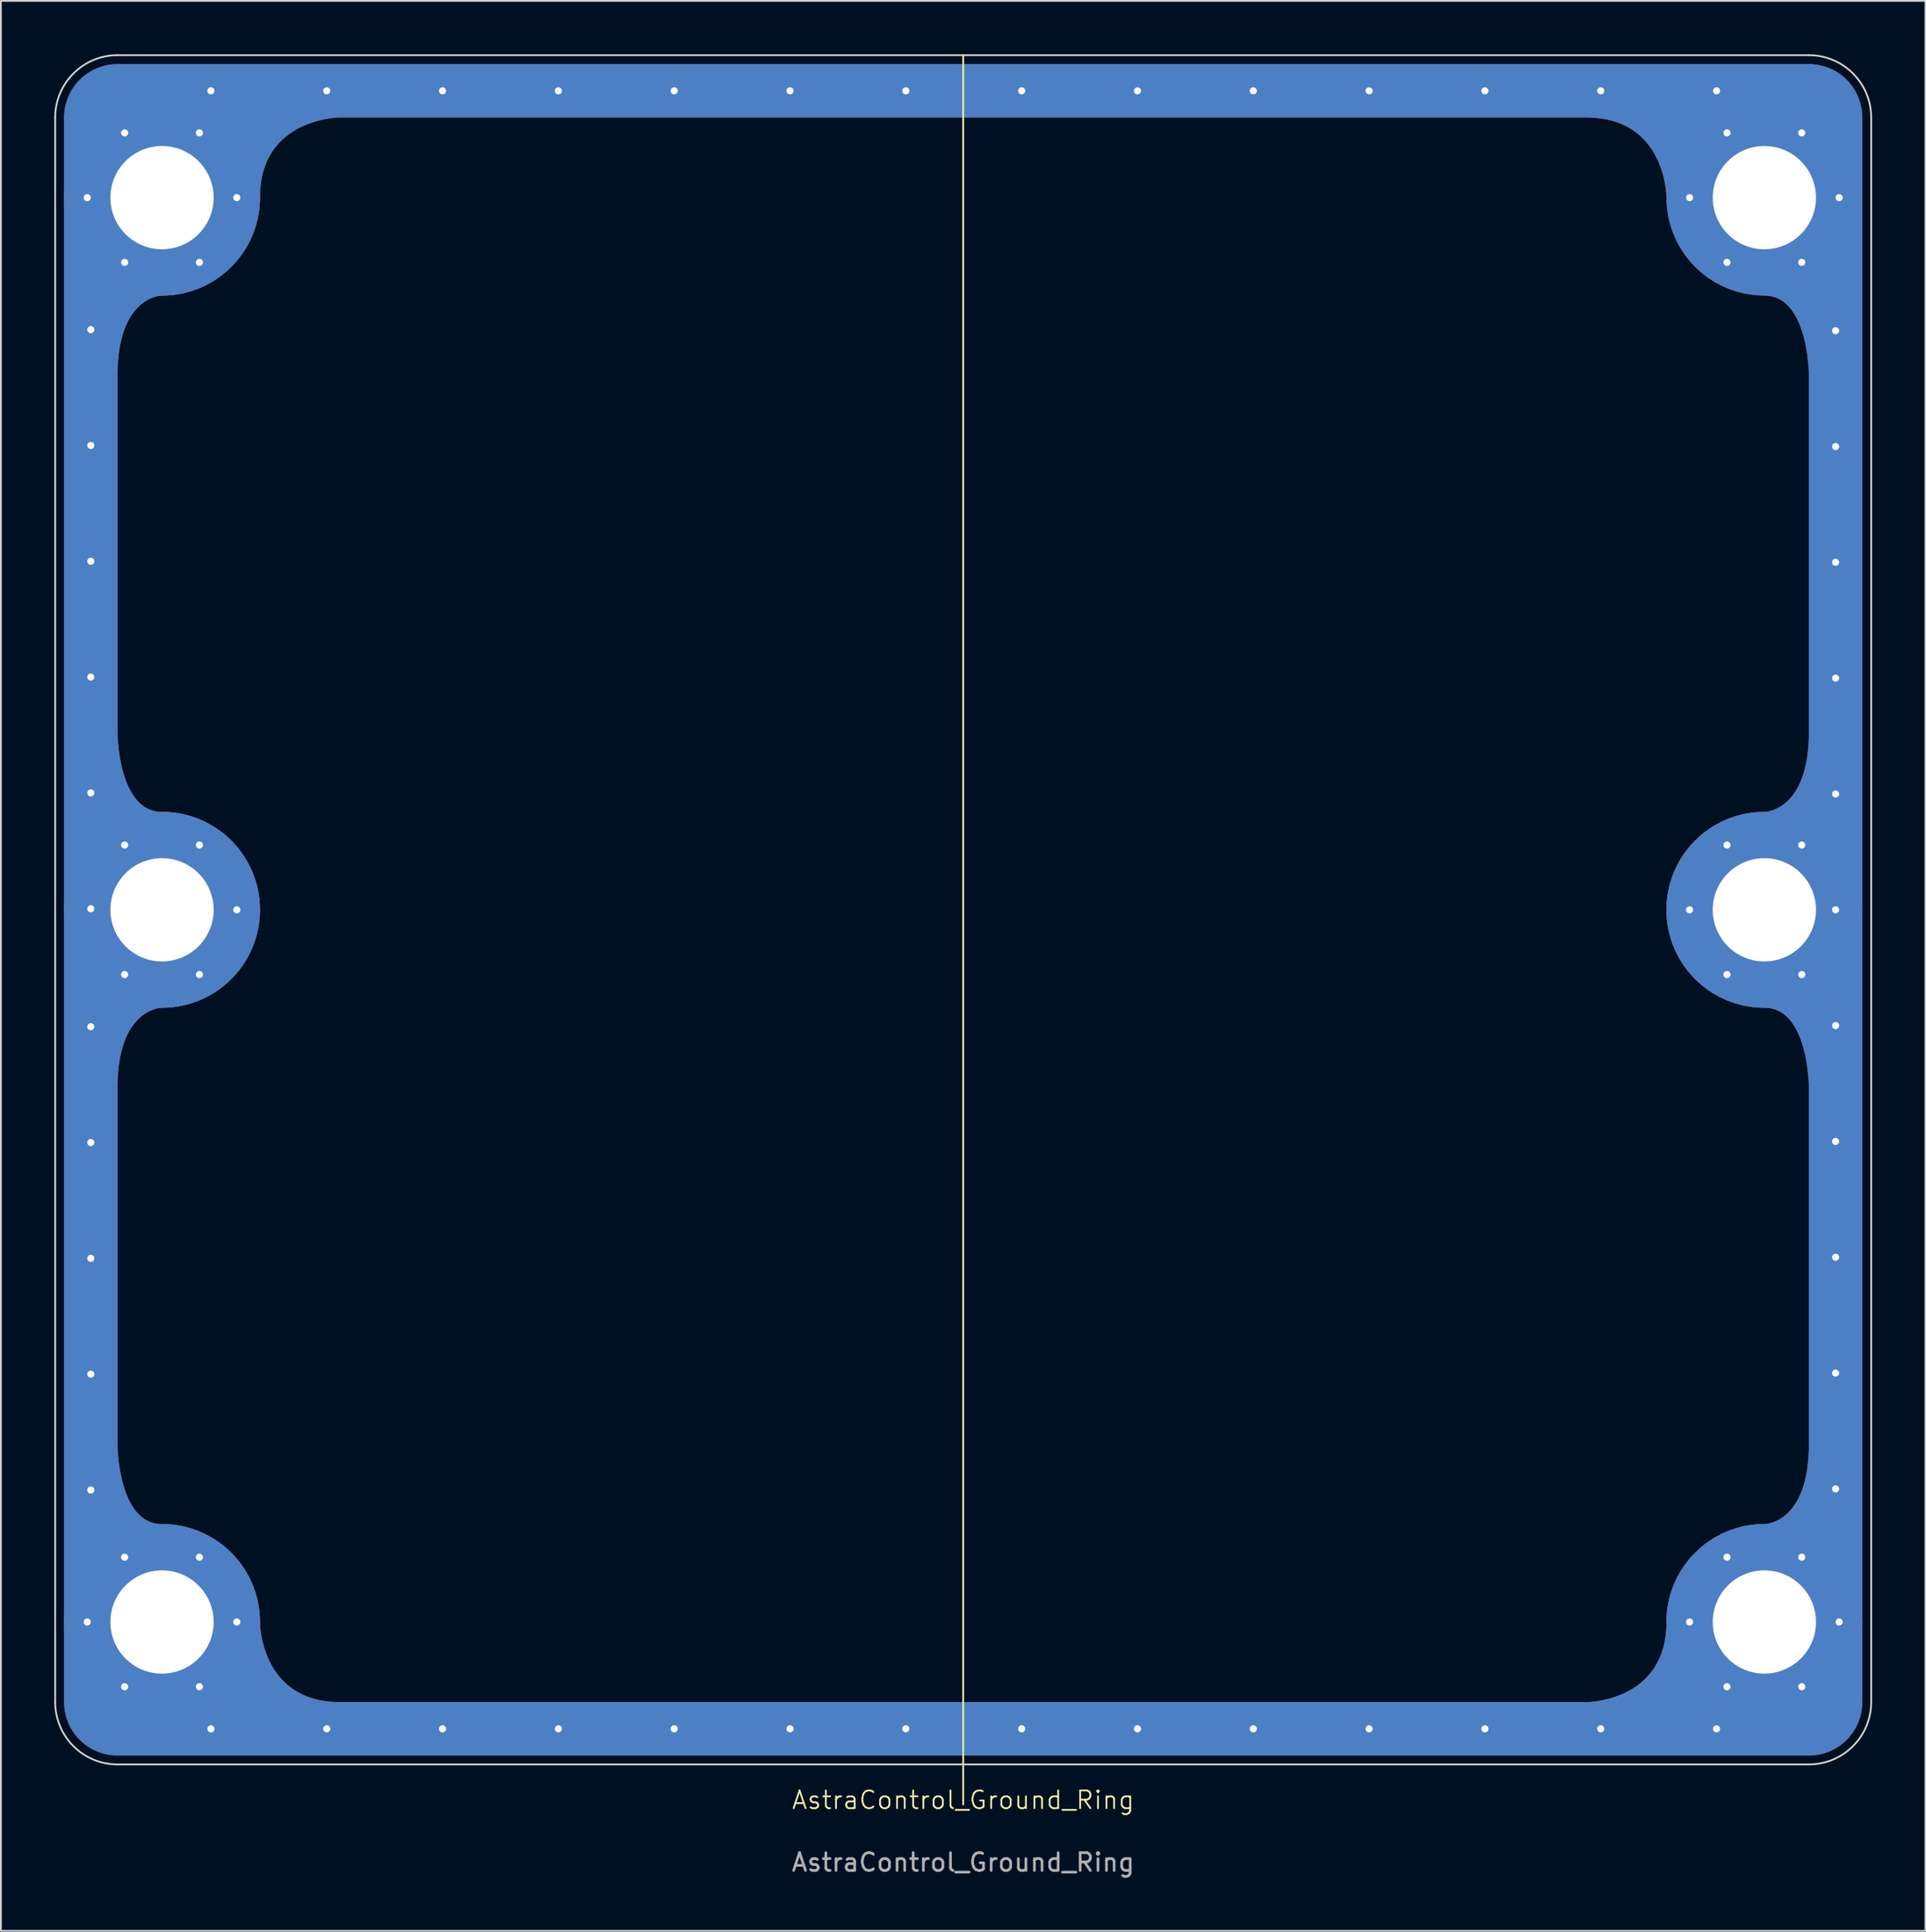
<source format=kicad_pcb>
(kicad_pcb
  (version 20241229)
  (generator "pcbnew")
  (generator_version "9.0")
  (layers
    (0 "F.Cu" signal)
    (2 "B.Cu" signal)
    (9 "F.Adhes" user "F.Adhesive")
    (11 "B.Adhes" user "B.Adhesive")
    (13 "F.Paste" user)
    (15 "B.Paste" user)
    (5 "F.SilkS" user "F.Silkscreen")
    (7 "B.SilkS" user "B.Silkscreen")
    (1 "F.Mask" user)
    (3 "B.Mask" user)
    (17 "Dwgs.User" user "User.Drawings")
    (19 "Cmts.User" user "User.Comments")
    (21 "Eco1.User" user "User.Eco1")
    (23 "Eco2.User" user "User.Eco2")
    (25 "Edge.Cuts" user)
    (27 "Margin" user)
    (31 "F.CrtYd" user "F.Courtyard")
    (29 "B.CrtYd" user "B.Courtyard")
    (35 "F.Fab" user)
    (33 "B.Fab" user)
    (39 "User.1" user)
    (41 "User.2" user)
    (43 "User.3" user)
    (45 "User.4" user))
  (footprint "AstraControl_Ground_Ring"
    (layer "F.Cu")
    (at 51.05 48.05)
    (property "Reference" "AstraControl_Ground_Ring" (at 0 50 0) (unlocked yes) (layer "F.SilkS") (effects (font (size 1 1) (thickness 0.1))))
    (attr through_hole)
    (fp_line (start 0 50.25) (end 0 -48) (stroke (width 0.1) (type default)) (layer "F.SilkS"))
    (fp_line (start -51 -44.5) (end -51 44.5) (stroke (width 0.1) (type default)) (layer "Edge.Cuts"))
    (fp_line (start -47.5 48) (end 47.5 48) (stroke (width 0.1) (type default)) (layer "Edge.Cuts"))
    (fp_line (start 47.5 -48) (end -47.5 -48) (stroke (width 0.1) (type default)) (layer "Edge.Cuts"))
    (fp_line (start 51 44.5) (end 51 -44.5) (stroke (width 0.1) (type default)) (layer "Edge.Cuts"))
    (fp_arc (start -51 -44.500001) (mid -49.974873 -46.974874) (end -47.5 -48) (stroke (width 0.1) (type default)) (layer "Edge.Cuts"))
    (fp_arc (start -47.499999 48) (mid -49.974878 46.974869) (end -51 44.499999) (stroke (width 0.1) (type default)) (layer "Edge.Cuts"))
    (fp_arc (start 47.5 -48) (mid 49.974874 -46.974874) (end 51 -44.5) (stroke (width 0.1) (type default)) (layer "Edge.Cuts"))
    (fp_arc (start 51 44.5) (mid 49.974874 46.974874) (end 47.5 48) (stroke (width 0.1) (type default)) (layer "Edge.Cuts"))
    (fp_line (start -50.5 -44.5) (end -50.5 44.5) (stroke (width 0.1) (type default)) (layer "User.1"))
    (fp_line (start -47.5 47.5) (end 47.5 47.5) (stroke (width 0.1) (type default)) (layer "User.1"))
    (fp_line (start 47.5 -47.5) (end -47.5 -47.5) (stroke (width 0.1) (type default)) (layer "User.1"))
    (fp_line (start 50.5 44.5) (end 50.5 -44.5) (stroke (width 0.1) (type default)) (layer "User.1"))
    (fp_arc (start -50.5 -44.499739) (mid -49.621341 -46.621147) (end -47.499739 -47.5) (stroke (width 0.1) (type default)) (layer "User.1"))
    (fp_arc (start -47.500001 47.5) (mid -49.621317 46.621324) (end -50.5 44.500002) (stroke (width 0.1) (type default)) (layer "User.1"))
    (fp_arc (start 47.5 -47.5) (mid 49.62132 -46.62132) (end 50.5 -44.5) (stroke (width 0.1) (type default)) (layer "User.1"))
    (fp_arc (start 50.5 44.5) (mid 49.62132 46.62132) (end 47.5 47.5) (stroke (width 0.1) (type default)) (layer "User.1"))
    (fp_text user "${REFERENCE}" (at 0 53.5 0) (unlocked yes) (layer "F.Fab") (effects (font (size 1 1) (thickness 0.15))))
    (pad "1" thru_hole circle (at -49.2 -40) (size 0.8 0.8) (drill 0.4) (layers "*.Cu" "*.Mask"))
    (pad "1" thru_hole circle (at -49.2 40) (size 0.8 0.8) (drill 0.4) (layers "*.Cu" "*.Mask"))
    (pad "1" thru_hole circle (at -49 -32.587) (size 0.8 0.8) (drill 0.4) (layers "*.Cu" "*.Mask"))
    (pad "1" thru_hole circle (at -49 -26.082) (size 0.8 0.8) (drill 0.4) (layers "*.Cu" "*.Mask"))
    (pad "1" thru_hole circle (at -49 -19.577) (size 0.8 0.8) (drill 0.4) (layers "*.Cu" "*.Mask"))
    (pad "1" thru_hole circle (at -49 -13.072) (size 0.8 0.8) (drill 0.4) (layers "*.Cu" "*.Mask"))
    (pad "1" thru_hole circle (at -49 -6.567) (size 0.8 0.8) (drill 0.4) (layers "*.Cu" "*.Mask"))
    (pad "1" thru_hole circle (at -49 -0.061) (size 0.8 0.8) (drill 0.4) (layers "*.Cu" "*.Mask"))
    (pad "1" thru_hole circle (at -49 6.567) (size 0.8 0.8) (drill 0.4) (layers "*.Cu" "*.Mask"))
    (pad "1" thru_hole circle (at -49 13.072) (size 0.8 0.8) (drill 0.4) (layers "*.Cu" "*.Mask"))
    (pad "1" thru_hole circle (at -49 19.577) (size 0.8 0.8) (drill 0.4) (layers "*.Cu" "*.Mask"))
    (pad "1" thru_hole circle (at -49 26.082) (size 0.8 0.8) (drill 0.4) (layers "*.Cu" "*.Mask"))
    (pad "1" thru_hole circle (at -49 32.587) (size 0.8 0.8) (drill 0.4) (layers "*.Cu" "*.Mask"))
    (pad "1" thru_hole circle (at -47.1 -43.637) (size 0.8 0.8) (drill 0.4) (layers "*.Cu" "*.Mask"))
    (pad "1" thru_hole circle (at -47.1 -36.363) (size 0.8 0.8) (drill 0.4) (layers "*.Cu" "*.Mask"))
    (pad "1" thru_hole circle (at -47.1 -3.637) (size 0.8 0.8) (drill 0.4) (layers "*.Cu" "*.Mask"))
    (pad "1" thru_hole circle (at -47.1 3.637) (size 0.8 0.8) (drill 0.4) (layers "*.Cu" "*.Mask"))
    (pad "1" thru_hole circle (at -47.1 36.363) (size 0.8 0.8) (drill 0.4) (layers "*.Cu" "*.Mask"))
    (pad "1" thru_hole circle (at -47.1 43.637) (size 0.8 0.8) (drill 0.4) (layers "*.Cu" "*.Mask"))
    (pad "1" thru_hole circle (at -45 -40) (size 11 11) (drill 5.8) (layers "*.Cu" "*.Mask"))
    (pad "1" thru_hole circle (at -45 0) (size 11 11) (drill 5.8) (layers "*.Cu" "*.Mask"))
    (pad "1" thru_hole circle (at -45 40) (size 11 11) (drill 5.8) (layers "*.Cu" "*.Mask"))
    (pad "1" thru_hole circle (at -42.9 -43.637) (size 0.8 0.8) (drill 0.4) (layers "*.Cu" "*.Mask"))
    (pad "1" thru_hole circle (at -42.9 -36.363) (size 0.8 0.8) (drill 0.4) (layers "*.Cu" "*.Mask"))
    (pad "1" thru_hole circle (at -42.9 -3.637) (size 0.8 0.8) (drill 0.4) (layers "*.Cu" "*.Mask"))
    (pad "1" thru_hole circle (at -42.9 3.637) (size 0.8 0.8) (drill 0.4) (layers "*.Cu" "*.Mask"))
    (pad "1" thru_hole circle (at -42.9 36.363) (size 0.8 0.8) (drill 0.4) (layers "*.Cu" "*.Mask"))
    (pad "1" thru_hole circle (at -42.9 43.637) (size 0.8 0.8) (drill 0.4) (layers "*.Cu" "*.Mask"))
    (pad "1" thru_hole circle (at -42.253 -46) (size 0.8 0.8) (drill 0.4) (layers "*.Cu" "*.Mask"))
    (pad "1" thru_hole circle (at -42.253 46) (size 0.8 0.8) (drill 0.4) (layers "*.Cu" "*.Mask"))
    (pad "1" thru_hole circle (at -40.8 -40) (size 0.8 0.8) (drill 0.4) (layers "*.Cu" "*.Mask"))
    (pad "1" thru_hole circle (at -40.8 0) (size 0.8 0.8) (drill 0.4) (layers "*.Cu" "*.Mask"))
    (pad "1" thru_hole circle (at -40.8 40) (size 0.8 0.8) (drill 0.4) (layers "*.Cu" "*.Mask"))
    (pad "1" thru_hole circle (at -35.748 -46) (size 0.8 0.8) (drill 0.4) (layers "*.Cu" "*.Mask"))
    (pad "1" thru_hole circle (at -35.748 46) (size 0.8 0.8) (drill 0.4) (layers "*.Cu" "*.Mask"))
    (pad "1" thru_hole circle (at -29.243 -46) (size 0.8 0.8) (drill 0.4) (layers "*.Cu" "*.Mask"))
    (pad "1" thru_hole circle (at -29.243 46) (size 0.8 0.8) (drill 0.4) (layers "*.Cu" "*.Mask"))
    (pad "1" thru_hole circle (at -22.737 -46) (size 0.8 0.8) (drill 0.4) (layers "*.Cu" "*.Mask"))
    (pad "1" thru_hole circle (at -22.737 46) (size 0.8 0.8) (drill 0.4) (layers "*.Cu" "*.Mask"))
    (pad "1" thru_hole circle (at -16.232 -46) (size 0.8 0.8) (drill 0.4) (layers "*.Cu" "*.Mask"))
    (pad "1" thru_hole circle (at -16.232 46) (size 0.8 0.8) (drill 0.4) (layers "*.Cu" "*.Mask"))
    (pad "1" thru_hole circle (at -9.727 -46) (size 0.8 0.8) (drill 0.4) (layers "*.Cu" "*.Mask"))
    (pad "1" thru_hole circle (at -9.727 46) (size 0.8 0.8) (drill 0.4) (layers "*.Cu" "*.Mask"))
    (pad "1" thru_hole circle (at -3.222 -46) (size 0.8 0.8) (drill 0.4) (layers "*.Cu" "*.Mask"))
    (pad "1" thru_hole circle (at -3.222 46) (size 0.8 0.8) (drill 0.4) (layers "*.Cu" "*.Mask"))
    (pad "1" thru_hole circle (at 3.283 -46) (size 0.8 0.8) (drill 0.4) (layers "*.Cu" "*.Mask"))
    (pad "1" thru_hole circle (at 3.283 46) (size 0.8 0.8) (drill 0.4) (layers "*.Cu" "*.Mask"))
    (pad "1" thru_hole circle (at 9.789 -46) (size 0.8 0.8) (drill 0.4) (layers "*.Cu" "*.Mask"))
    (pad "1" thru_hole circle (at 9.789 46) (size 0.8 0.8) (drill 0.4) (layers "*.Cu" "*.Mask"))
    (pad "1" thru_hole circle (at 16.294 -46) (size 0.8 0.8) (drill 0.4) (layers "*.Cu" "*.Mask"))
    (pad "1" thru_hole circle (at 16.294 46) (size 0.8 0.8) (drill 0.4) (layers "*.Cu" "*.Mask"))
    (pad "1" thru_hole circle (at 22.799 -46) (size 0.8 0.8) (drill 0.4) (layers "*.Cu" "*.Mask"))
    (pad "1" thru_hole circle (at 22.799 46) (size 0.8 0.8) (drill 0.4) (layers "*.Cu" "*.Mask"))
    (pad "1" thru_hole circle (at 29.304 -46) (size 0.8 0.8) (drill 0.4) (layers "*.Cu" "*.Mask"))
    (pad "1" thru_hole circle (at 29.304 46) (size 0.8 0.8) (drill 0.4) (layers "*.Cu" "*.Mask"))
    (pad "1" thru_hole circle (at 35.809 -46) (size 0.8 0.8) (drill 0.4) (layers "*.Cu" "*.Mask"))
    (pad "1" thru_hole circle (at 35.809 46) (size 0.8 0.8) (drill 0.4) (layers "*.Cu" "*.Mask"))
    (pad "1" thru_hole circle (at 40.8 -40) (size 0.8 0.8) (drill 0.4) (layers "*.Cu" "*.Mask"))
    (pad "1" thru_hole circle (at 40.8 0) (size 0.8 0.8) (drill 0.4) (layers "*.Cu" "*.Mask"))
    (pad "1" thru_hole circle (at 40.8 40) (size 0.8 0.8) (drill 0.4) (layers "*.Cu" "*.Mask"))
    (pad "1" thru_hole circle (at 42.315 -46) (size 0.8 0.8) (drill 0.4) (layers "*.Cu" "*.Mask"))
    (pad "1" thru_hole circle (at 42.315 46) (size 0.8 0.8) (drill 0.4) (layers "*.Cu" "*.Mask"))
    (pad "1" thru_hole circle (at 42.9 -43.637) (size 0.8 0.8) (drill 0.4) (layers "*.Cu" "*.Mask"))
    (pad "1" thru_hole circle (at 42.9 -36.363) (size 0.8 0.8) (drill 0.4) (layers "*.Cu" "*.Mask"))
    (pad "1" thru_hole circle (at 42.9 -3.637) (size 0.8 0.8) (drill 0.4) (layers "*.Cu" "*.Mask"))
    (pad "1" thru_hole circle (at 42.9 3.637) (size 0.8 0.8) (drill 0.4) (layers "*.Cu" "*.Mask"))
    (pad "1" thru_hole circle (at 42.9 36.363) (size 0.8 0.8) (drill 0.4) (layers "*.Cu" "*.Mask"))
    (pad "1" thru_hole circle (at 42.9 43.637) (size 0.8 0.8) (drill 0.4) (layers "*.Cu" "*.Mask"))
    (pad "1" thru_hole custom (at 45 -40) (size 11 11) (drill 5.8) (layers "*.Cu" "*.Mask") (options (anchor circle)) (primitives (gr_poly (pts (xy 2.5 -7.5) (xy 2.668 -7.498) (xy 3.003 -7.46) (xy 3.331 -7.385) (xy 3.649 -7.274) (xy 3.952 -7.128) (xy 4.237 -6.949) (xy 4.501 -6.739) (xy 4.739 -6.501) (xy 4.949 -6.237) (xy 5.128 -5.952) (xy 5.274 -5.649) (xy 5.385 -5.331) (xy 5.46 -5.003) (xy 5.498 -4.668) (xy 5.5 -4.5) (xy 5.5 84.5) (xy 5.498 84.668) (xy 5.46 85.003) (xy 5.385 85.331) (xy 5.274 85.649) (xy 5.128 85.952) (xy 4.949 86.237) (xy 4.739 86.501) (xy 4.501 86.739) (xy 4.237 86.949) (xy 3.952 87.128) (xy 3.649 87.274) (xy 3.331 87.385) (xy 3.003 87.46) (xy 2.668 87.498) (xy 2.5 87.5) (xy -45 87.5) (xy -92.5 87.5) (xy -92.668 87.498) (xy -93.003 87.46) (xy -93.331 87.385) (xy -93.649 87.274) (xy -93.952 87.128) (xy -94.237 86.949) (xy -94.501 86.739) (xy -94.739 86.501) (xy -94.949 86.237) (xy -95.128 85.952) (xy -95.274 85.649) (xy -95.385 85.331) (xy -95.46 85.003) (xy -95.498 84.668) (xy -95.5 84.5) (xy -95.5 10) (xy -92.5 10) (xy -92.5 30) (xy -92.495 30.193) (xy -92.49 30.295) (xy -92.484 30.415) (xy -92.474 30.552) (xy -92.461 30.703) (xy -92.444 30.868) (xy -92.424 31.044) (xy -92.398 31.23) (xy -92.368 31.424) (xy -92.332 31.625) (xy -92.291 31.83) (xy -92.243 32.039) (xy -92.188 32.25) (xy -92.125 32.461) (xy -92.055 32.67) (xy -91.977 32.875) (xy -91.89 33.076) (xy -91.793 33.27) (xy -91.688 33.456) (xy -91.572 33.632) (xy -91.445 33.797) (xy -91.308 33.948) (xy -91.159 34.085) (xy -90.998 34.205) (xy -90.825 34.307) (xy -90.639 34.389) (xy -90.44 34.449) (xy -90.227 34.487) (xy -90 34.5) (xy -89.766 34.502) (xy -89.301 34.542) (xy -88.841 34.621) (xy -88.389 34.739) (xy -87.948 34.894) (xy -87.523 35.087) (xy -87.115 35.314) (xy -86.728 35.576) (xy -86.365 35.869) (xy -86.027 36.193) (xy -85.719 36.543) (xy -85.441 36.919) (xy -85.196 37.316) (xy -84.986 37.734) (xy -84.812 38.167) (xy -84.675 38.613) (xy -84.577 39.07) (xy -84.517 39.533) (xy -84.497 40) (xy -84.517 40.467) (xy -84.577 40.93) (xy -84.675 41.387) (xy -84.812 41.833) (xy -84.986 42.266) (xy -85.196 42.684) (xy -85.441 43.081) (xy -85.719 43.457) (xy -86.027 43.807) (xy -86.365 44.131) (xy -86.728 44.424) (xy -87.115 44.686) (xy -87.523 44.913) (xy -87.948 45.106) (xy -88.389 45.261) (xy -88.841 45.379) (xy -89.301 45.458) (xy -89.766 45.498) (xy -90 45.5) (xy -90.164 45.517) (xy -90.307 45.547) (xy -90.482 45.6) (xy -90.58 45.637) (xy -90.683 45.683) (xy -90.791 45.737) (xy -90.903 45.802) (xy -91.017 45.877) (xy -91.133 45.963) (xy -91.25 46.062) (xy -91.367 46.175) (xy -91.483 46.301) (xy -91.597 46.442) (xy -91.709 46.599) (xy -91.817 46.772) (xy -91.92 46.962) (xy -92.018 47.171) (xy -92.109 47.398) (xy -92.193 47.646) (xy -92.269 47.914) (xy -92.336 48.203) (xy -92.393 48.515) (xy -92.438 48.849) (xy -92.472 49.208) (xy -92.493 49.591) (xy -92.5 50) (xy -92.5 70) (xy -92.495 70.193) (xy -92.49 70.295) (xy -92.484 70.415) (xy -92.474 70.552) (xy -92.461 70.703) (xy -92.444 70.868) (xy -92.424 71.044) (xy -92.398 71.23) (xy -92.368 71.424) (xy -92.332 71.625) (xy -92.291 71.83) (xy -92.243 72.039) (xy -92.188 72.25) (xy -92.125 72.461) (xy -92.055 72.67) (xy -91.977 72.875) (xy -91.89 73.076) (xy -91.793 73.27) (xy -91.688 73.456) (xy -91.572 73.632) (xy -91.445 73.797) (xy -91.308 73.948) (xy -91.159 74.085) (xy -90.998 74.205) (xy -90.825 74.307) (xy -90.639 74.389) (xy -90.44 74.449) (xy -90.227 74.487) (xy -90 74.5) (xy -89.773 74.502) (xy -89.319 74.54) (xy -88.871 74.615) (xy -88.43 74.726) (xy -88 74.874) (xy -87.583 75.057) (xy -87.183 75.273) (xy -86.803 75.522) (xy -86.444 75.801) (xy -86.109 76.109) (xy -85.801 76.444) (xy -85.522 76.803) (xy -85.273 77.183) (xy -85.057 77.583) (xy -84.874 78) (xy -84.726 78.43) (xy -84.615 78.871) (xy -84.54 79.319) (xy -84.502 79.773) (xy -84.5 80) (xy -84.491 80.193) (xy -84.483 80.295) (xy -84.47 80.415) (xy -84.453 80.552) (xy -84.43 80.703) (xy -84.4 80.868) (xy -84.363 81.044) (xy -84.317 81.23) (xy -84.263 81.424) (xy -84.198 81.625) (xy -84.123 81.83) (xy -84.037 82.039) (xy -83.938 82.25) (xy -83.825 82.461) (xy -83.699 82.67) (xy -83.558 82.875) (xy -83.401 83.076) (xy -83.228 83.27) (xy -83.038 83.456) (xy -82.829 83.632) (xy -82.602 83.797) (xy -82.354 83.948) (xy -82.086 84.085) (xy -81.797 84.205) (xy -81.485 84.307) (xy -81.151 84.389) (xy -80.792 84.449) (xy -80.409 84.487) (xy -80 84.5) (xy -45 84.5) (xy -10 84.5) (xy -9.807 84.491) (xy -9.705 84.483) (xy -9.585 84.47) (xy -9.448 84.453) (xy -9.297 84.43) (xy -9.132 84.4) (xy -8.956 84.363) (xy -8.77 84.317) (xy -8.576 84.263) (xy -8.375 84.198) (xy -8.17 84.123) (xy -7.961 84.037) (xy -7.75 83.938) (xy -7.539 83.825) (xy -7.33 83.699) (xy -7.125 83.558) (xy -6.924 83.401) (xy -6.73 83.228) (xy -6.544 83.038) (xy -6.368 82.829) (xy -6.203 82.602) (xy -6.052 82.354) (xy -5.915 82.086) (xy -5.795 81.797) (xy -5.693 81.485) (xy -5.611 81.151) (xy -5.551 80.792) (xy -5.513 80.409) (xy -5.5 80) (xy -5.498 79.773) (xy -5.46 79.319) (xy -5.385 78.871) (xy -5.274 78.43) (xy -5.126 78) (xy -4.943 77.583) (xy -4.727 77.183) (xy -4.478 76.803) (xy -4.199 76.444) (xy -3.891 76.109) (xy -3.556 75.801) (xy -3.197 75.522) (xy -2.817 75.273) (xy -2.417 75.057) (xy -2 74.874) (xy -1.57 74.726) (xy -1.129 74.615) (xy -0.681 74.54) (xy -0.227 74.502) (xy 0 74.5) (xy 0.164 74.483) (xy 0.307 74.453) (xy 0.482 74.4) (xy 0.58 74.363) (xy 0.683 74.317) (xy 0.791 74.263) (xy 0.903 74.198) (xy 1.017 74.123) (xy 1.133 74.037) (xy 1.25 73.938) (xy 1.367 73.825) (xy 1.483 73.699) (xy 1.597 73.558) (xy 1.709 73.401) (xy 1.817 73.228) (xy 1.92 73.038) (xy 2.018 72.829) (xy 2.109 72.602) (xy 2.193 72.354) (xy 2.269 72.086) (xy 2.336 71.797) (xy 2.393 71.485) (xy 2.438 71.151) (xy 2.472 70.792) (xy 2.493 70.409) (xy 2.5 70) (xy 2.5 50) (xy 2.495 49.807) (xy 2.49 49.705) (xy 2.484 49.585) (xy 2.474 49.448) (xy 2.461 49.297) (xy 2.444 49.132) (xy 2.424 48.956) (xy 2.398 48.77) (xy 2.368 48.576) (xy 2.332 48.375) (xy 2.291 48.17) (xy 2.243 47.961) (xy 2.188 47.75) (xy 2.125 47.539) (xy 2.055 47.33) (xy 1.977 47.125) (xy 1.89 46.924) (xy 1.793 46.73) (xy 1.688 46.544) (xy 1.572 46.368) (xy 1.445 46.203) (xy 1.308 46.052) (xy 1.159 45.915) (xy 0.998 45.795) (xy 0.825 45.693) (xy 0.639 45.611) (xy 0.44 45.551) (xy 0.227 45.513) (xy 0 45.5) (xy -0.234 45.498) (xy -0.699 45.458) (xy -1.159 45.379) (xy -1.611 45.261) (xy -2.052 45.106) (xy -2.477 44.913) (xy -2.885 44.686) (xy -3.272 44.424) (xy -3.635 44.131) (xy -3.973 43.807) (xy -4.281 43.457) (xy -4.559 43.081) (xy -4.804 42.684) (xy -5.014 42.266) (xy -5.188 41.833) (xy -5.325 41.387) (xy -5.423 40.93) (xy -5.483 40.467) (xy -5.503 40) (xy -5.483 39.533) (xy -5.423 39.07) (xy -5.325 38.613) (xy -5.188 38.167) (xy -5.014 37.734) (xy -4.804 37.316) (xy -4.559 36.919) (xy -4.281 36.543) (xy -3.973 36.193) (xy -3.635 35.869) (xy -3.272 35.576) (xy -2.885 35.314) (xy -2.477 35.087) (xy -2.052 34.894) (xy -1.611 34.739) (xy -1.159 34.621) (xy -0.699 34.542) (xy -0.234 34.502) (xy 0 34.5) (xy 0.164 34.483) (xy 0.307 34.453) (xy 0.482 34.4) (xy 0.58 34.363) (xy 0.683 34.317) (xy 0.791 34.263) (xy 0.903 34.198) (xy 1.017 34.123) (xy 1.133 34.037) (xy 1.25 33.938) (xy 1.367 33.825) (xy 1.483 33.699) (xy 1.597 33.558) (xy 1.709 33.401) (xy 1.817 33.228) (xy 1.92 33.038) (xy 2.018 32.829) (xy 2.109 32.602) (xy 2.193 32.354) (xy 2.269 32.086) (xy 2.336 31.797) (xy 2.393 31.485) (xy 2.438 31.151) (xy 2.472 30.792) (xy 2.493 30.409) (xy 2.5 30) (xy 2.5 10) (xy 2.495 9.807) (xy 2.49 9.705) (xy 2.484 9.585) (xy 2.474 9.448) (xy 2.461 9.297) (xy 2.444 9.132) (xy 2.424 8.956) (xy 2.398 8.77) (xy 2.368 8.576) (xy 2.332 8.375) (xy 2.291 8.17) (xy 2.243 7.961) (xy 2.188 7.75) (xy 2.125 7.539) (xy 2.055 7.33) (xy 1.977 7.125) (xy 1.89 6.924) (xy 1.793 6.73) (xy 1.688 6.544) (xy 1.572 6.368) (xy 1.445 6.203) (xy 1.308 6.052) (xy 1.159 5.915) (xy 0.998 5.795) (xy 0.825 5.693) (xy 0.639 5.611) (xy 0.44 5.551) (xy 0.227 5.513) (xy 0 5.5) (xy -0.227 5.498) (xy -0.681 5.46) (xy -1.129 5.385) (xy -1.57 5.274) (xy -2 5.126) (xy -2.417 4.943) (xy -2.817 4.727) (xy -3.197 4.478) (xy -3.556 4.199) (xy -3.891 3.891) (xy -4.199 3.556) (xy -4.478 3.197) (xy -4.727 2.817) (xy -4.943 2.417) (xy -5.126 2) (xy -5.274 1.57) (xy -5.385 1.129) (xy -5.46 0.681) (xy -5.498 0.227) (xy -5.5 0) (xy -5.509 -0.193) (xy -5.517 -0.295) (xy -5.53 -0.415) (xy -5.547 -0.552) (xy -5.57 -0.703) (xy -5.6 -0.868) (xy -5.637 -1.044) (xy -5.683 -1.23) (xy -5.737 -1.424) (xy -5.802 -1.625) (xy -5.877 -1.83) (xy -5.963 -2.039) (xy -6.062 -2.25) (xy -6.175 -2.461) (xy -6.301 -2.67) (xy -6.442 -2.875) (xy -6.599 -3.076) (xy -6.772 -3.27) (xy -6.962 -3.456) (xy -7.171 -3.632) (xy -7.398 -3.797) (xy -7.646 -3.948) (xy -7.914 -4.085) (xy -8.203 -4.205) (xy -8.515 -4.307) (xy -8.849 -4.389) (xy -9.208 -4.449) (xy -9.591 -4.487) (xy -10 -4.5) (xy -45 -4.5) (xy -80 -4.5) (xy -80.193 -4.491) (xy -80.295 -4.483) (xy -80.415 -4.47) (xy -80.552 -4.453) (xy -80.703 -4.43) (xy -80.868 -4.4) (xy -81.044 -4.363) (xy -81.23 -4.317) (xy -81.424 -4.263) (xy -81.625 -4.198) (xy -81.83 -4.123) (xy -82.039 -4.037) (xy -82.25 -3.938) (xy -82.461 -3.825) (xy -82.67 -3.699) (xy -82.875 -3.558) (xy -83.076 -3.401) (xy -83.27 -3.228) (xy -83.456 -3.038) (xy -83.632 -2.829) (xy -83.797 -2.602) (xy -83.948 -2.354) (xy -84.085 -2.086) (xy -84.205 -1.797) (xy -84.307 -1.485) (xy -84.389 -1.151) (xy -84.449 -0.792) (xy -84.487 -0.409) (xy -84.5 0) (xy -84.502 0.227) (xy -84.54 0.681) (xy -84.615 1.129) (xy -84.726 1.57) (xy -84.874 2) (xy -85.057 2.417) (xy -85.273 2.817) (xy -85.522 3.197) (xy -85.801 3.556) (xy -86.109 3.891) (xy -86.444 4.199) (xy -86.803 4.478) (xy -87.183 4.727) (xy -87.583 4.943) (xy -88 5.126) (xy -88.43 5.274) (xy -88.871 5.385) (xy -89.319 5.46) (xy -89.773 5.498) (xy -90 5.5) (xy -90.164 5.517) (xy -90.307 5.547) (xy -90.482 5.6) (xy -90.58 5.637) (xy -90.683 5.683) (xy -90.791 5.737) (xy -90.903 5.802) (xy -91.017 5.877) (xy -91.133 5.963) (xy -91.25 6.062) (xy -91.367 6.175) (xy -91.483 6.301) (xy -91.597 6.442) (xy -91.709 6.599) (xy -91.817 6.772) (xy -91.92 6.962) (xy -92.018 7.171) (xy -92.109 7.398) (xy -92.193 7.646) (xy -92.269 7.914) (xy -92.336 8.203) (xy -92.393 8.515) (xy -92.438 8.849) (xy -92.472 9.208) (xy -92.493 9.591) (xy -92.5 10) (xy -95.5 10) (xy -95.5 -4.5) (xy -95.498 -4.668) (xy -95.46 -5.003) (xy -95.385 -5.331) (xy -95.274 -5.649) (xy -95.128 -5.952) (xy -94.949 -6.237) (xy -94.739 -6.501) (xy -94.501 -6.739) (xy -94.237 -6.949) (xy -93.952 -7.128) (xy -93.649 -7.274) (xy -93.331 -7.385) (xy -93.003 -7.46) (xy -92.668 -7.498) (xy -92.5 -7.5) (xy -45 -7.5)) (width 0) (fill yes))))
    (pad "1" thru_hole circle (at 45 0) (size 11 11) (drill 5.8) (layers "*.Cu" "*.Mask"))
    (pad "1" thru_hole circle (at 45 40) (size 11 11) (drill 5.8) (layers "*.Cu" "*.Mask"))
    (pad "1" thru_hole circle (at 47.1 -43.637) (size 0.8 0.8) (drill 0.4) (layers "*.Cu" "*.Mask"))
    (pad "1" thru_hole circle (at 47.1 -36.363) (size 0.8 0.8) (drill 0.4) (layers "*.Cu" "*.Mask"))
    (pad "1" thru_hole circle (at 47.1 -3.637) (size 0.8 0.8) (drill 0.4) (layers "*.Cu" "*.Mask"))
    (pad "1" thru_hole circle (at 47.1 3.637) (size 0.8 0.8) (drill 0.4) (layers "*.Cu" "*.Mask"))
    (pad "1" thru_hole circle (at 47.1 36.363) (size 0.8 0.8) (drill 0.4) (layers "*.Cu" "*.Mask"))
    (pad "1" thru_hole circle (at 47.1 43.637) (size 0.8 0.8) (drill 0.4) (layers "*.Cu" "*.Mask"))
    (pad "1" thru_hole circle (at 49 -32.526) (size 0.8 0.8) (drill 0.4) (layers "*.Cu" "*.Mask"))
    (pad "1" thru_hole circle (at 49 -26.021) (size 0.8 0.8) (drill 0.4) (layers "*.Cu" "*.Mask"))
    (pad "1" thru_hole circle (at 49 -19.516) (size 0.8 0.8) (drill 0.4) (layers "*.Cu" "*.Mask"))
    (pad "1" thru_hole circle (at 49 -13.01) (size 0.8 0.8) (drill 0.4) (layers "*.Cu" "*.Mask"))
    (pad "1" thru_hole circle (at 49 -6.505) (size 0.8 0.8) (drill 0.4) (layers "*.Cu" "*.Mask"))
    (pad "1" thru_hole circle (at 49 0) (size 0.8 0.8) (drill 0.4) (layers "*.Cu" "*.Mask"))
    (pad "1" thru_hole circle (at 49 6.505) (size 0.8 0.8) (drill 0.4) (layers "*.Cu" "*.Mask"))
    (pad "1" thru_hole circle (at 49 13.01) (size 0.8 0.8) (drill 0.4) (layers "*.Cu" "*.Mask"))
    (pad "1" thru_hole circle (at 49 19.516) (size 0.8 0.8) (drill 0.4) (layers "*.Cu" "*.Mask"))
    (pad "1" thru_hole circle (at 49 26.021) (size 0.8 0.8) (drill 0.4) (layers "*.Cu" "*.Mask"))
    (pad "1" thru_hole circle (at 49 32.526) (size 0.8 0.8) (drill 0.4) (layers "*.Cu" "*.Mask"))
    (pad "1" thru_hole circle (at 49.2 -40) (size 0.8 0.8) (drill 0.4) (layers "*.Cu" "*.Mask"))
    (pad "1" thru_hole circle (at 49.2 40) (size 0.8 0.8) (drill 0.4) (layers "*.Cu" "*.Mask")))
  (gr_rect
    (start -3 -3)
    (end 105.1 105.398)
    (stroke (width 0.1) (type default))
    (fill no)
    (layer "Edge.Cuts")))
</source>
